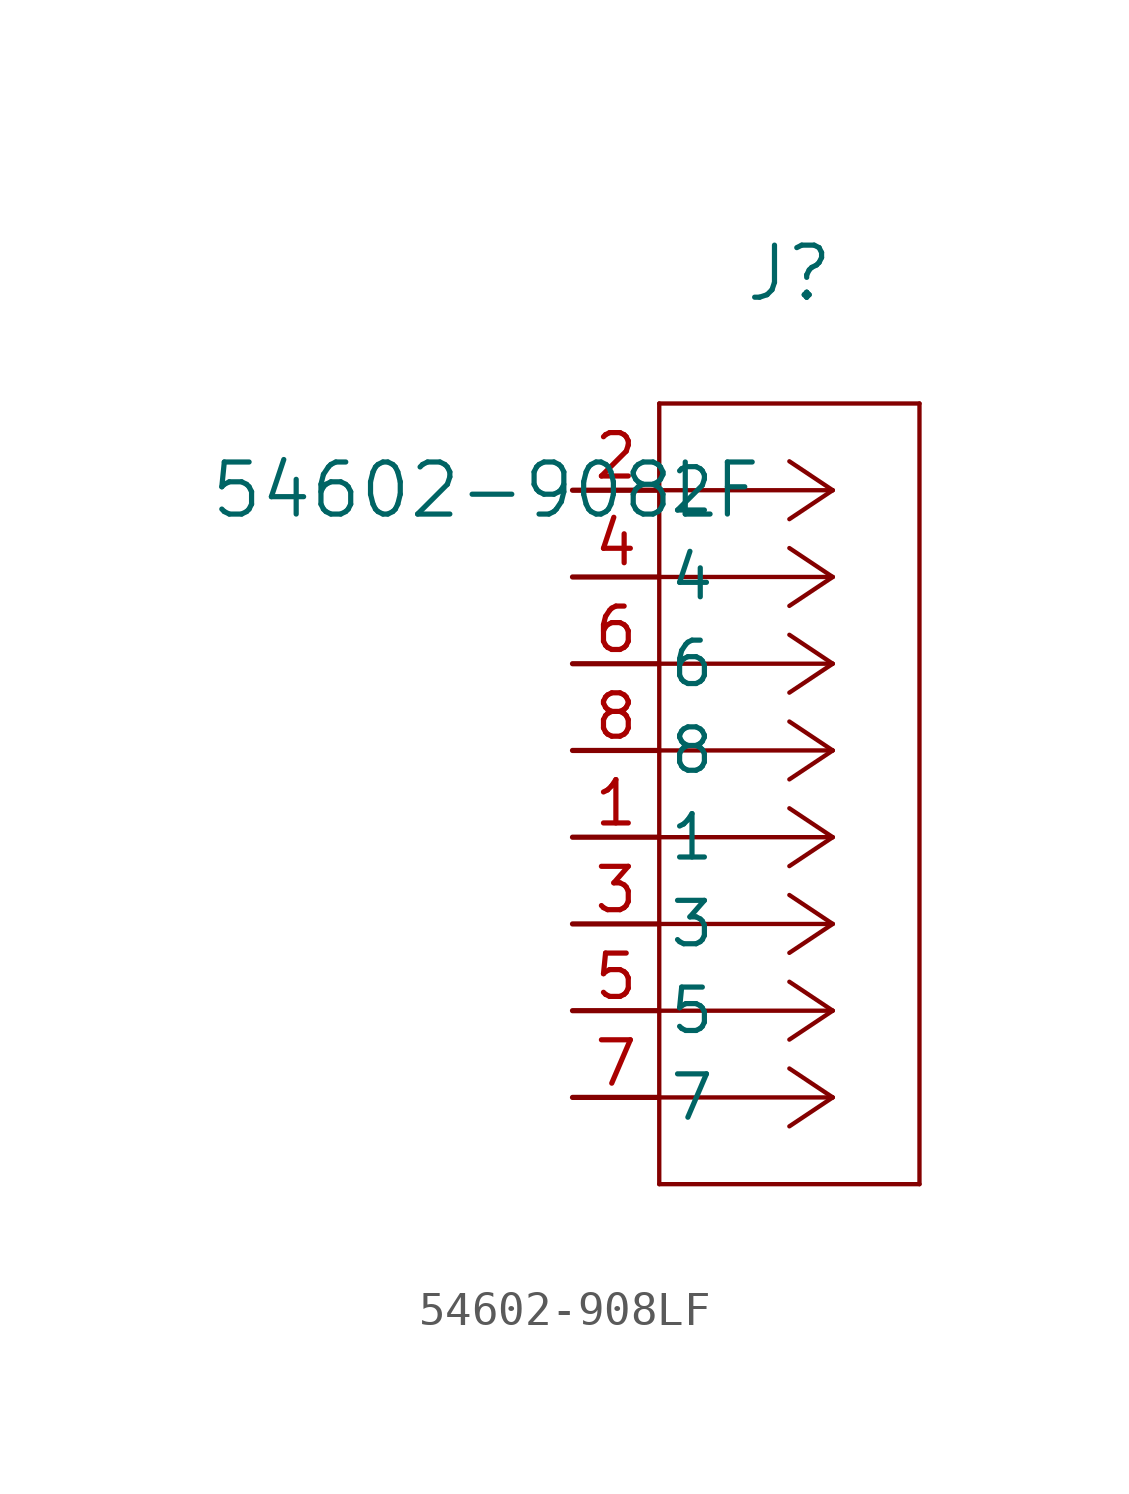
<source format=kicad_sym>
(kicad_symbol_lib
  (version 20231120)
  (generator "kicad_symbol_editor")
  (generator_version "8.0")
  (symbol "54602-908LF"
    (pin_names
      (offset 0.254))
    (property "Reference" "J"
      (at 8.89 6.35 0)
      (effects (font (size 1.524 1.524))))
    (property "Value" "54602-908LF"
      (at 0 0 0)
      (effects (font (size 1.524 1.524))))
    (symbol "54602-908LF_0_1"
      (polyline (pts (xy 5.08 -20.32) (xy 12.7 -20.32)) (stroke (width 0.127) (type default)) (fill (type none)))
      (polyline (pts (xy 5.08 2.54) (xy 5.08 -20.32)) (stroke (width 0.127) (type default)) (fill (type none)))
      (polyline (pts (xy 10.16 -17.78) (xy 5.08 -17.78)) (stroke (width 0.127) (type default)) (fill (type none)))
      (polyline (pts (xy 10.16 -17.78) (xy 8.89 -18.627)) (stroke (width 0.127) (type default)) (fill (type none)))
      (polyline (pts (xy 10.16 -17.78) (xy 8.89 -16.933)) (stroke (width 0.127) (type default)) (fill (type none)))
      (polyline (pts (xy 10.16 -15.24) (xy 5.08 -15.24)) (stroke (width 0.127) (type default)) (fill (type none)))
      (polyline (pts (xy 10.16 -15.24) (xy 8.89 -16.087)) (stroke (width 0.127) (type default)) (fill (type none)))
      (polyline (pts (xy 10.16 -15.24) (xy 8.89 -14.393)) (stroke (width 0.127) (type default)) (fill (type none)))
      (polyline (pts (xy 10.16 -12.7) (xy 5.08 -12.7)) (stroke (width 0.127) (type default)) (fill (type none)))
      (polyline (pts (xy 10.16 -12.7) (xy 8.89 -13.547)) (stroke (width 0.127) (type default)) (fill (type none)))
      (polyline (pts (xy 10.16 -12.7) (xy 8.89 -11.853)) (stroke (width 0.127) (type default)) (fill (type none)))
      (polyline (pts (xy 10.16 -10.16) (xy 5.08 -10.16)) (stroke (width 0.127) (type default)) (fill (type none)))
      (polyline (pts (xy 10.16 -10.16) (xy 8.89 -11.007)) (stroke (width 0.127) (type default)) (fill (type none)))
      (polyline (pts (xy 10.16 -10.16) (xy 8.89 -9.313)) (stroke (width 0.127) (type default)) (fill (type none)))
      (polyline (pts (xy 10.16 -7.62) (xy 5.08 -7.62)) (stroke (width 0.127) (type default)) (fill (type none)))
      (polyline (pts (xy 10.16 -7.62) (xy 8.89 -8.467)) (stroke (width 0.127) (type default)) (fill (type none)))
      (polyline (pts (xy 10.16 -7.62) (xy 8.89 -6.773)) (stroke (width 0.127) (type default)) (fill (type none)))
      (polyline (pts (xy 10.16 -5.08) (xy 5.08 -5.08)) (stroke (width 0.127) (type default)) (fill (type none)))
      (polyline (pts (xy 10.16 -5.08) (xy 8.89 -5.927)) (stroke (width 0.127) (type default)) (fill (type none)))
      (polyline (pts (xy 10.16 -5.08) (xy 8.89 -4.233)) (stroke (width 0.127) (type default)) (fill (type none)))
      (polyline (pts (xy 10.16 -2.54) (xy 5.08 -2.54)) (stroke (width 0.127) (type default)) (fill (type none)))
      (polyline (pts (xy 10.16 -2.54) (xy 8.89 -3.387)) (stroke (width 0.127) (type default)) (fill (type none)))
      (polyline (pts (xy 10.16 -2.54) (xy 8.89 -1.693)) (stroke (width 0.127) (type default)) (fill (type none)))
      (polyline (pts (xy 10.16 0) (xy 5.08 0)) (stroke (width 0.127) (type default)) (fill (type none)))
      (polyline (pts (xy 10.16 0) (xy 8.89 -0.847)) (stroke (width 0.127) (type default)) (fill (type none)))
      (polyline (pts (xy 10.16 0) (xy 8.89 0.847)) (stroke (width 0.127) (type default)) (fill (type none)))
      (polyline (pts (xy 12.7 -20.32) (xy 12.7 2.54)) (stroke (width 0.127) (type default)) (fill (type none)))
      (polyline (pts (xy 12.7 2.54) (xy 5.08 2.54)) (stroke (width 0.127) (type default)) (fill (type none)))
      (pin unspecified line (at 2.54 -10.16 0) (length 2.54) (name "1" (effects (font (size 1.27 1.27)))) (number "1" (effects (font (size 1.27 1.27)))))
      (pin unspecified line (at 2.54 0 0) (length 2.54) (name "2" (effects (font (size 1.27 1.27)))) (number "2" (effects (font (size 1.27 1.27)))))
      (pin unspecified line (at 2.54 -12.7 0) (length 2.54) (name "3" (effects (font (size 1.27 1.27)))) (number "3" (effects (font (size 1.27 1.27)))))
      (pin unspecified line (at 2.54 -2.54 0) (length 2.54) (name "4" (effects (font (size 1.27 1.27)))) (number "4" (effects (font (size 1.27 1.27)))))
      (pin unspecified line (at 2.54 -15.24 0) (length 2.54) (name "5" (effects (font (size 1.27 1.27)))) (number "5" (effects (font (size 1.27 1.27)))))
      (pin unspecified line (at 2.54 -5.08 0) (length 2.54) (name "6" (effects (font (size 1.27 1.27)))) (number "6" (effects (font (size 1.27 1.27)))))
      (pin unspecified line (at 2.54 -17.78 0) (length 2.54) (name "7" (effects (font (size 1.27 1.27)))) (number "7" (effects (font (size 1.27 1.27)))))
      (pin unspecified line (at 2.54 -7.62 0) (length 2.54) (name "8" (effects (font (size 1.27 1.27)))) (number "8" (effects (font (size 1.27 1.27))))))))
</source>
